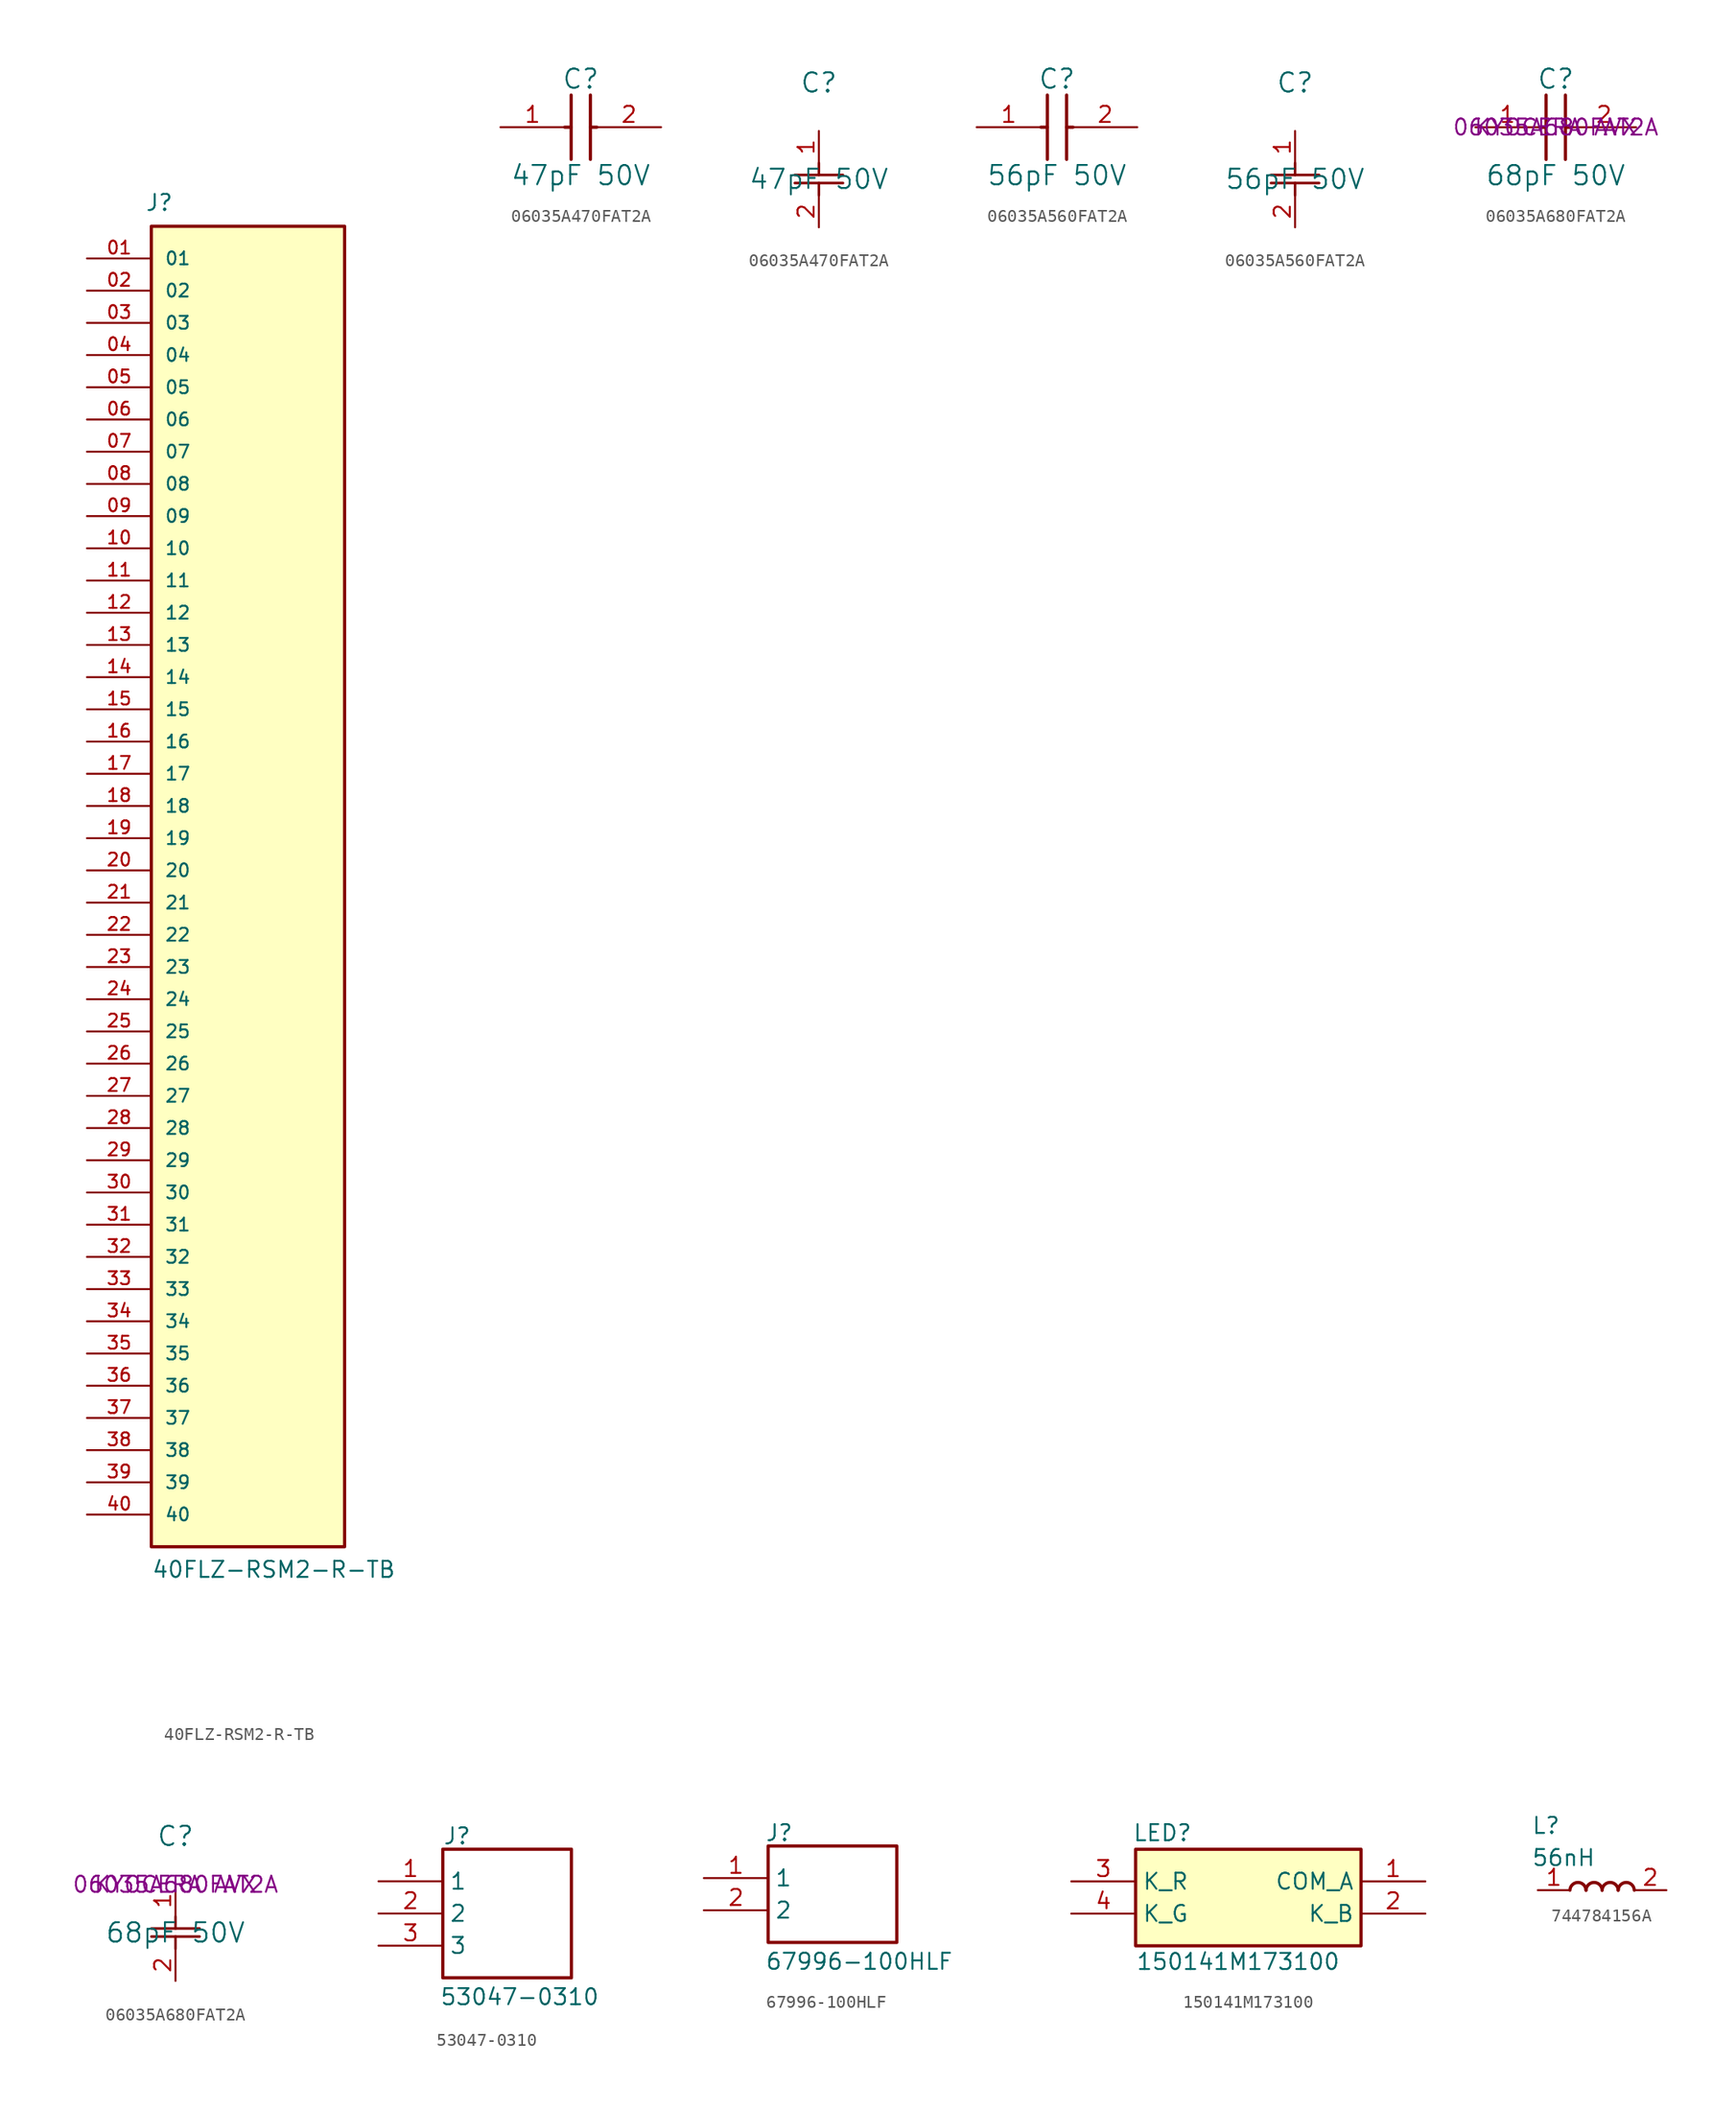
<source format=kicad_sym>
(kicad_symbol_lib
  (version 20241209)
  (generator "kicad_symbol_editor")
  (generator_version "9.0")
  (symbol "40FLZ-RSM2-R-TB"
    (pin_names
      (offset 1.016))
    (property "Reference" "J"
      (at -8.12 51.916 0)
      (effects (font (size 1.27 1.27)) (justify left bottom)))
    (property "Value" "40FLZ-RSM2-R-TB"
      (at -7.62 -55.88 0)
      (effects (font (size 1.27 1.27)) (justify left bottom)))
    (symbol "40FLZ-RSM2-R-TB_0_0"
      (rectangle (start -7.62 -53.34) (end 7.62 50.8) (stroke (width 0.254) (type default)) (fill (type background)))
      (pin passive line (at -12.7 48.26 0) (length 5.08) (name "01" (effects (font (size 1.016 1.016)))) (number "01" (effects (font (size 1.016 1.016)))))
      (pin passive line (at -12.7 45.72 0) (length 5.08) (name "02" (effects (font (size 1.016 1.016)))) (number "02" (effects (font (size 1.016 1.016)))))
      (pin passive line (at -12.7 43.18 0) (length 5.08) (name "03" (effects (font (size 1.016 1.016)))) (number "03" (effects (font (size 1.016 1.016)))))
      (pin passive line (at -12.7 40.64 0) (length 5.08) (name "04" (effects (font (size 1.016 1.016)))) (number "04" (effects (font (size 1.016 1.016)))))
      (pin passive line (at -12.7 38.1 0) (length 5.08) (name "05" (effects (font (size 1.016 1.016)))) (number "05" (effects (font (size 1.016 1.016)))))
      (pin passive line (at -12.7 35.56 0) (length 5.08) (name "06" (effects (font (size 1.016 1.016)))) (number "06" (effects (font (size 1.016 1.016)))))
      (pin passive line (at -12.7 33.02 0) (length 5.08) (name "07" (effects (font (size 1.016 1.016)))) (number "07" (effects (font (size 1.016 1.016)))))
      (pin passive line (at -12.7 30.48 0) (length 5.08) (name "08" (effects (font (size 1.016 1.016)))) (number "08" (effects (font (size 1.016 1.016)))))
      (pin passive line (at -12.7 27.94 0) (length 5.08) (name "09" (effects (font (size 1.016 1.016)))) (number "09" (effects (font (size 1.016 1.016)))))
      (pin passive line (at -12.7 25.4 0) (length 5.08) (name "10" (effects (font (size 1.016 1.016)))) (number "10" (effects (font (size 1.016 1.016)))))
      (pin passive line (at -12.7 22.86 0) (length 5.08) (name "11" (effects (font (size 1.016 1.016)))) (number "11" (effects (font (size 1.016 1.016)))))
      (pin passive line (at -12.7 20.32 0) (length 5.08) (name "12" (effects (font (size 1.016 1.016)))) (number "12" (effects (font (size 1.016 1.016)))))
      (pin passive line (at -12.7 17.78 0) (length 5.08) (name "13" (effects (font (size 1.016 1.016)))) (number "13" (effects (font (size 1.016 1.016)))))
      (pin passive line (at -12.7 15.24 0) (length 5.08) (name "14" (effects (font (size 1.016 1.016)))) (number "14" (effects (font (size 1.016 1.016)))))
      (pin passive line (at -12.7 12.7 0) (length 5.08) (name "15" (effects (font (size 1.016 1.016)))) (number "15" (effects (font (size 1.016 1.016)))))
      (pin passive line (at -12.7 10.16 0) (length 5.08) (name "16" (effects (font (size 1.016 1.016)))) (number "16" (effects (font (size 1.016 1.016)))))
      (pin passive line (at -12.7 7.62 0) (length 5.08) (name "17" (effects (font (size 1.016 1.016)))) (number "17" (effects (font (size 1.016 1.016)))))
      (pin passive line (at -12.7 5.08 0) (length 5.08) (name "18" (effects (font (size 1.016 1.016)))) (number "18" (effects (font (size 1.016 1.016)))))
      (pin passive line (at -12.7 2.54 0) (length 5.08) (name "19" (effects (font (size 1.016 1.016)))) (number "19" (effects (font (size 1.016 1.016)))))
      (pin passive line (at -12.7 0 0) (length 5.08) (name "20" (effects (font (size 1.016 1.016)))) (number "20" (effects (font (size 1.016 1.016)))))
      (pin passive line (at -12.7 -2.54 0) (length 5.08) (name "21" (effects (font (size 1.016 1.016)))) (number "21" (effects (font (size 1.016 1.016)))))
      (pin passive line (at -12.7 -5.08 0) (length 5.08) (name "22" (effects (font (size 1.016 1.016)))) (number "22" (effects (font (size 1.016 1.016)))))
      (pin passive line (at -12.7 -7.62 0) (length 5.08) (name "23" (effects (font (size 1.016 1.016)))) (number "23" (effects (font (size 1.016 1.016)))))
      (pin passive line (at -12.7 -10.16 0) (length 5.08) (name "24" (effects (font (size 1.016 1.016)))) (number "24" (effects (font (size 1.016 1.016)))))
      (pin passive line (at -12.7 -12.7 0) (length 5.08) (name "25" (effects (font (size 1.016 1.016)))) (number "25" (effects (font (size 1.016 1.016)))))
      (pin passive line (at -12.7 -15.24 0) (length 5.08) (name "26" (effects (font (size 1.016 1.016)))) (number "26" (effects (font (size 1.016 1.016)))))
      (pin passive line (at -12.7 -17.78 0) (length 5.08) (name "27" (effects (font (size 1.016 1.016)))) (number "27" (effects (font (size 1.016 1.016)))))
      (pin passive line (at -12.7 -20.32 0) (length 5.08) (name "28" (effects (font (size 1.016 1.016)))) (number "28" (effects (font (size 1.016 1.016)))))
      (pin passive line (at -12.7 -22.86 0) (length 5.08) (name "29" (effects (font (size 1.016 1.016)))) (number "29" (effects (font (size 1.016 1.016)))))
      (pin passive line (at -12.7 -25.4 0) (length 5.08) (name "30" (effects (font (size 1.016 1.016)))) (number "30" (effects (font (size 1.016 1.016)))))
      (pin passive line (at -12.7 -27.94 0) (length 5.08) (name "31" (effects (font (size 1.016 1.016)))) (number "31" (effects (font (size 1.016 1.016)))))
      (pin passive line (at -12.7 -30.48 0) (length 5.08) (name "32" (effects (font (size 1.016 1.016)))) (number "32" (effects (font (size 1.016 1.016)))))
      (pin passive line (at -12.7 -33.02 0) (length 5.08) (name "33" (effects (font (size 1.016 1.016)))) (number "33" (effects (font (size 1.016 1.016)))))
      (pin passive line (at -12.7 -35.56 0) (length 5.08) (name "34" (effects (font (size 1.016 1.016)))) (number "34" (effects (font (size 1.016 1.016)))))
      (pin passive line (at -12.7 -38.1 0) (length 5.08) (name "35" (effects (font (size 1.016 1.016)))) (number "35" (effects (font (size 1.016 1.016)))))
      (pin passive line (at -12.7 -40.64 0) (length 5.08) (name "36" (effects (font (size 1.016 1.016)))) (number "36" (effects (font (size 1.016 1.016)))))
      (pin passive line (at -12.7 -43.18 0) (length 5.08) (name "37" (effects (font (size 1.016 1.016)))) (number "37" (effects (font (size 1.016 1.016)))))
      (pin passive line (at -12.7 -45.72 0) (length 5.08) (name "38" (effects (font (size 1.016 1.016)))) (number "38" (effects (font (size 1.016 1.016)))))
      (pin passive line (at -12.7 -48.26 0) (length 5.08) (name "39" (effects (font (size 1.016 1.016)))) (number "39" (effects (font (size 1.016 1.016)))))
      (pin passive line (at -12.7 -50.8 0) (length 5.08) (name "40" (effects (font (size 1.016 1.016)))) (number "40" (effects (font (size 1.016 1.016)))))))
  (symbol "06035A470FAT2A"
    (pin_names
      (offset 0.254)
      (hide yes))
    (property "Reference" "C"
      (at 0 3.81 0)
      (effects (font (size 1.524 1.524))))
    (property "Value" "47pF 50V"
      (at 0 -3.81 0)
      (effects (font (size 1.524 1.524))))
    (symbol "06035A470FAT2A_1_1"
      (polyline (pts (xy -1.27 0) (xy -0.762 0)) (stroke (width 0.254) (type default)) (fill (type none)))
      (polyline (pts (xy -0.762 2.54) (xy -0.762 -2.54)) (stroke (width 0.254) (type default)) (fill (type none)))
      (polyline (pts (xy 0.762 2.54) (xy 0.762 -2.54)) (stroke (width 0.254) (type default)) (fill (type none)))
      (polyline (pts (xy 0.762 0) (xy 1.27 0)) (stroke (width 0.254) (type default)) (fill (type none)))
      (pin passive line (at -6.35 0 0) (length 5.08) (name "1" (effects (font (size 1.27 1.27)))) (number "1" (effects (font (size 1.27 1.27)))))
      (pin passive line (at 6.35 0 180) (length 5.08) (name "2" (effects (font (size 1.27 1.27)))) (number "2" (effects (font (size 1.27 1.27))))))
    (symbol "06035A470FAT2A_1_2"
      (polyline (pts (xy -1.905 -3.48) (xy 1.905 -3.48)) (stroke (width 0.203) (type default)) (fill (type none)))
      (polyline (pts (xy -1.905 -4.115) (xy 1.905 -4.115)) (stroke (width 0.203) (type default)) (fill (type none)))
      (polyline (pts (xy 0 -2.54) (xy 0 -3.48)) (stroke (width 0.203) (type default)) (fill (type none)))
      (polyline (pts (xy 0 -4.115) (xy 0 -5.08)) (stroke (width 0.203) (type default)) (fill (type none)))
      (pin unspecified line (at 0 0 270) (length 2.54) (name "" (effects (font (size 1.27 1.27)))) (number "1" (effects (font (size 1.27 1.27)))))
      (pin unspecified line (at 0 -7.62 90) (length 2.54) (name "" (effects (font (size 1.27 1.27)))) (number "2" (effects (font (size 1.27 1.27)))))))
  (symbol "06035A560FAT2A"
    (pin_names
      (offset 0.254)
      (hide yes))
    (property "Reference" "C"
      (at 0 3.81 0)
      (effects (font (size 1.524 1.524))))
    (property "Value" "56pF 50V"
      (at 0 -3.81 0)
      (effects (font (size 1.524 1.524))))
    (symbol "06035A560FAT2A_1_1"
      (polyline (pts (xy -1.27 0) (xy -0.762 0)) (stroke (width 0.254) (type default)) (fill (type none)))
      (polyline (pts (xy -0.762 2.54) (xy -0.762 -2.54)) (stroke (width 0.254) (type default)) (fill (type none)))
      (polyline (pts (xy 0.762 2.54) (xy 0.762 -2.54)) (stroke (width 0.254) (type default)) (fill (type none)))
      (polyline (pts (xy 0.762 0) (xy 1.27 0)) (stroke (width 0.254) (type default)) (fill (type none)))
      (pin passive line (at -6.35 0 0) (length 5.08) (name "1" (effects (font (size 1.27 1.27)))) (number "1" (effects (font (size 1.27 1.27)))))
      (pin passive line (at 6.35 0 180) (length 5.08) (name "2" (effects (font (size 1.27 1.27)))) (number "2" (effects (font (size 1.27 1.27))))))
    (symbol "06035A560FAT2A_1_2"
      (polyline (pts (xy -1.905 -3.48) (xy 1.905 -3.48)) (stroke (width 0.203) (type default)) (fill (type none)))
      (polyline (pts (xy -1.905 -4.115) (xy 1.905 -4.115)) (stroke (width 0.203) (type default)) (fill (type none)))
      (polyline (pts (xy 0 -2.54) (xy 0 -3.48)) (stroke (width 0.203) (type default)) (fill (type none)))
      (polyline (pts (xy 0 -4.115) (xy 0 -5.08)) (stroke (width 0.203) (type default)) (fill (type none)))
      (pin unspecified line (at 0 0 270) (length 2.54) (name "" (effects (font (size 1.27 1.27)))) (number "1" (effects (font (size 1.27 1.27)))))
      (pin unspecified line (at 0 -7.62 90) (length 2.54) (name "" (effects (font (size 1.27 1.27)))) (number "2" (effects (font (size 1.27 1.27)))))))
  (symbol "06035A680FAT2A"
    (pin_names
      (offset 0.254)
      (hide yes))
    (property "Reference" "C"
      (at 0 3.81 0)
      (effects (font (size 1.524 1.524))))
    (property "Value" "68pF 50V"
      (at 0 -3.81 0)
      (effects (font (size 1.524 1.524))))
    (property "Manufacturer" "KYOCERA AVX"
      (at 0 0 0)
      (effects (font (size 1.27 1.27))))
    (property "Part Number" "06035A680FAT2A"
      (at 0 0 0)
      (effects (font (size 1.27 1.27))))
    (symbol "06035A680FAT2A_1_1"
      (polyline (pts (xy -1.27 0) (xy -0.762 0)) (stroke (width 0.254) (type default)) (fill (type none)))
      (polyline (pts (xy -0.762 2.54) (xy -0.762 -2.54)) (stroke (width 0.254) (type default)) (fill (type none)))
      (polyline (pts (xy 0.762 2.54) (xy 0.762 -2.54)) (stroke (width 0.254) (type default)) (fill (type none)))
      (polyline (pts (xy 0.762 0) (xy 1.27 0)) (stroke (width 0.254) (type default)) (fill (type none)))
      (pin passive line (at -6.35 0 0) (length 5.08) (name "1" (effects (font (size 1.27 1.27)))) (number "1" (effects (font (size 1.27 1.27)))))
      (pin passive line (at 6.35 0 180) (length 5.08) (name "2" (effects (font (size 1.27 1.27)))) (number "2" (effects (font (size 1.27 1.27))))))
    (symbol "06035A680FAT2A_1_2"
      (polyline (pts (xy -1.905 -3.48) (xy 1.905 -3.48)) (stroke (width 0.203) (type default)) (fill (type none)))
      (polyline (pts (xy -1.905 -4.115) (xy 1.905 -4.115)) (stroke (width 0.203) (type default)) (fill (type none)))
      (polyline (pts (xy 0 -2.54) (xy 0 -3.48)) (stroke (width 0.203) (type default)) (fill (type none)))
      (polyline (pts (xy 0 -4.115) (xy 0 -5.08)) (stroke (width 0.203) (type default)) (fill (type none)))
      (pin unspecified line (at 0 0 270) (length 2.54) (name "" (effects (font (size 1.27 1.27)))) (number "1" (effects (font (size 1.27 1.27)))))
      (pin unspecified line (at 0 -7.62 90) (length 2.54) (name "" (effects (font (size 1.27 1.27)))) (number "2" (effects (font (size 1.27 1.27)))))))
  (symbol "53047-0310"
    (property "Reference" "J"
      (at -5.08 6.858 0)
      (effects (font (size 1.27 1.27)) (justify left top)))
    (property "Value" "53047-0310"
      (at -5.334 -5.842 0)
      (effects (font (size 1.27 1.27)) (justify left top)))
    (symbol "53047-0310_1_1"
      (rectangle (start -5.08 5.08) (end 5.08 -5.08) (stroke (width 0.254) (type default)) (fill (type none)))
      (pin passive line (at -10.16 2.54 0) (length 5.08) (name "1" (effects (font (size 1.27 1.27)))) (number "1" (effects (font (size 1.27 1.27)))))
      (pin passive line (at -10.16 0 0) (length 5.08) (name "2" (effects (font (size 1.27 1.27)))) (number "2" (effects (font (size 1.27 1.27)))))
      (pin passive line (at -10.16 -2.54 0) (length 5.08) (name "3" (effects (font (size 1.27 1.27)))) (number "3" (effects (font (size 1.27 1.27)))))))
  (symbol "67996-100HLF"
    (property "Reference" "J"
      (at -5.334 5.588 0)
      (effects (font (size 1.27 1.27)) (justify left top)))
    (property "Value" "67996-100HLF"
      (at -5.334 -4.572 0)
      (effects (font (size 1.27 1.27)) (justify left top)))
    (symbol "67996-100HLF_1_1"
      (rectangle (start -5.08 3.81) (end 5.08 -3.81) (stroke (width 0.254) (type default)) (fill (type none)))
      (pin passive line (at -10.16 1.27 0) (length 5.08) (name "1" (effects (font (size 1.27 1.27)))) (number "1" (effects (font (size 1.27 1.27)))))
      (pin passive line (at -10.16 -1.27 0) (length 5.08) (name "2" (effects (font (size 1.27 1.27)))) (number "2" (effects (font (size 1.27 1.27)))))))
  (symbol "150141M173100"
    (property "Reference" "LED"
      (at -9.144 5.842 0)
      (effects (font (size 1.27 1.27)) (justify left top)))
    (property "Value" "150141M173100"
      (at -8.89 -4.318 0)
      (effects (font (size 1.27 1.27)) (justify left top)))
    (symbol "150141M173100_1_1"
      (rectangle (start -8.89 3.81) (end 8.89 -3.81) (stroke (width 0.254) (type default)) (fill (type background)))
      (pin passive line (at -13.97 1.27 0) (length 5.08) (name "K_R" (effects (font (size 1.27 1.27)))) (number "3" (effects (font (size 1.27 1.27)))))
      (pin passive line (at -13.97 -1.27 0) (length 5.08) (name "K_G" (effects (font (size 1.27 1.27)))) (number "4" (effects (font (size 1.27 1.27)))))
      (pin passive line (at 13.97 1.27 180) (length 5.08) (name "COM_A" (effects (font (size 1.27 1.27)))) (number "1" (effects (font (size 1.27 1.27)))))
      (pin passive line (at 13.97 -1.27 180) (length 5.08) (name "K_B" (effects (font (size 1.27 1.27)))) (number "2" (effects (font (size 1.27 1.27)))))))
  (symbol "744784156A"
    (pin_names
      (hide yes))
    (property "Reference" "L"
      (at -5.588 5.842 0)
      (effects (font (size 1.27 1.27)) (justify left top)))
    (property "Value" "56nH"
      (at -5.588 3.302 0)
      (effects (font (size 1.27 1.27)) (justify left top)))
    (symbol "744784156A_1_1"
      (arc (start -2.54 0) (mid -1.905 0.6103) (end -1.27 0) (stroke (width 0.254) (type default)) (fill (type none)))
      (arc (start -1.27 0) (mid -0.635 0.6103) (end 0 0) (stroke (width 0.254) (type default)) (fill (type none)))
      (arc (start 0 0) (mid 0.635 0.6103) (end 1.27 0) (stroke (width 0.254) (type default)) (fill (type none)))
      (arc (start 1.27 0) (mid 1.905 0.6103) (end 2.54 0) (stroke (width 0.254) (type default)) (fill (type none)))
      (pin passive line (at -5.08 0 0) (length 2.54) (name "1" (effects (font (size 1.27 1.27)))) (number "1" (effects (font (size 1.27 1.27)))))
      (pin passive line (at 5.08 0 180) (length 2.54) (name "2" (effects (font (size 1.27 1.27)))) (number "2" (effects (font (size 1.27 1.27))))))))
</source>
